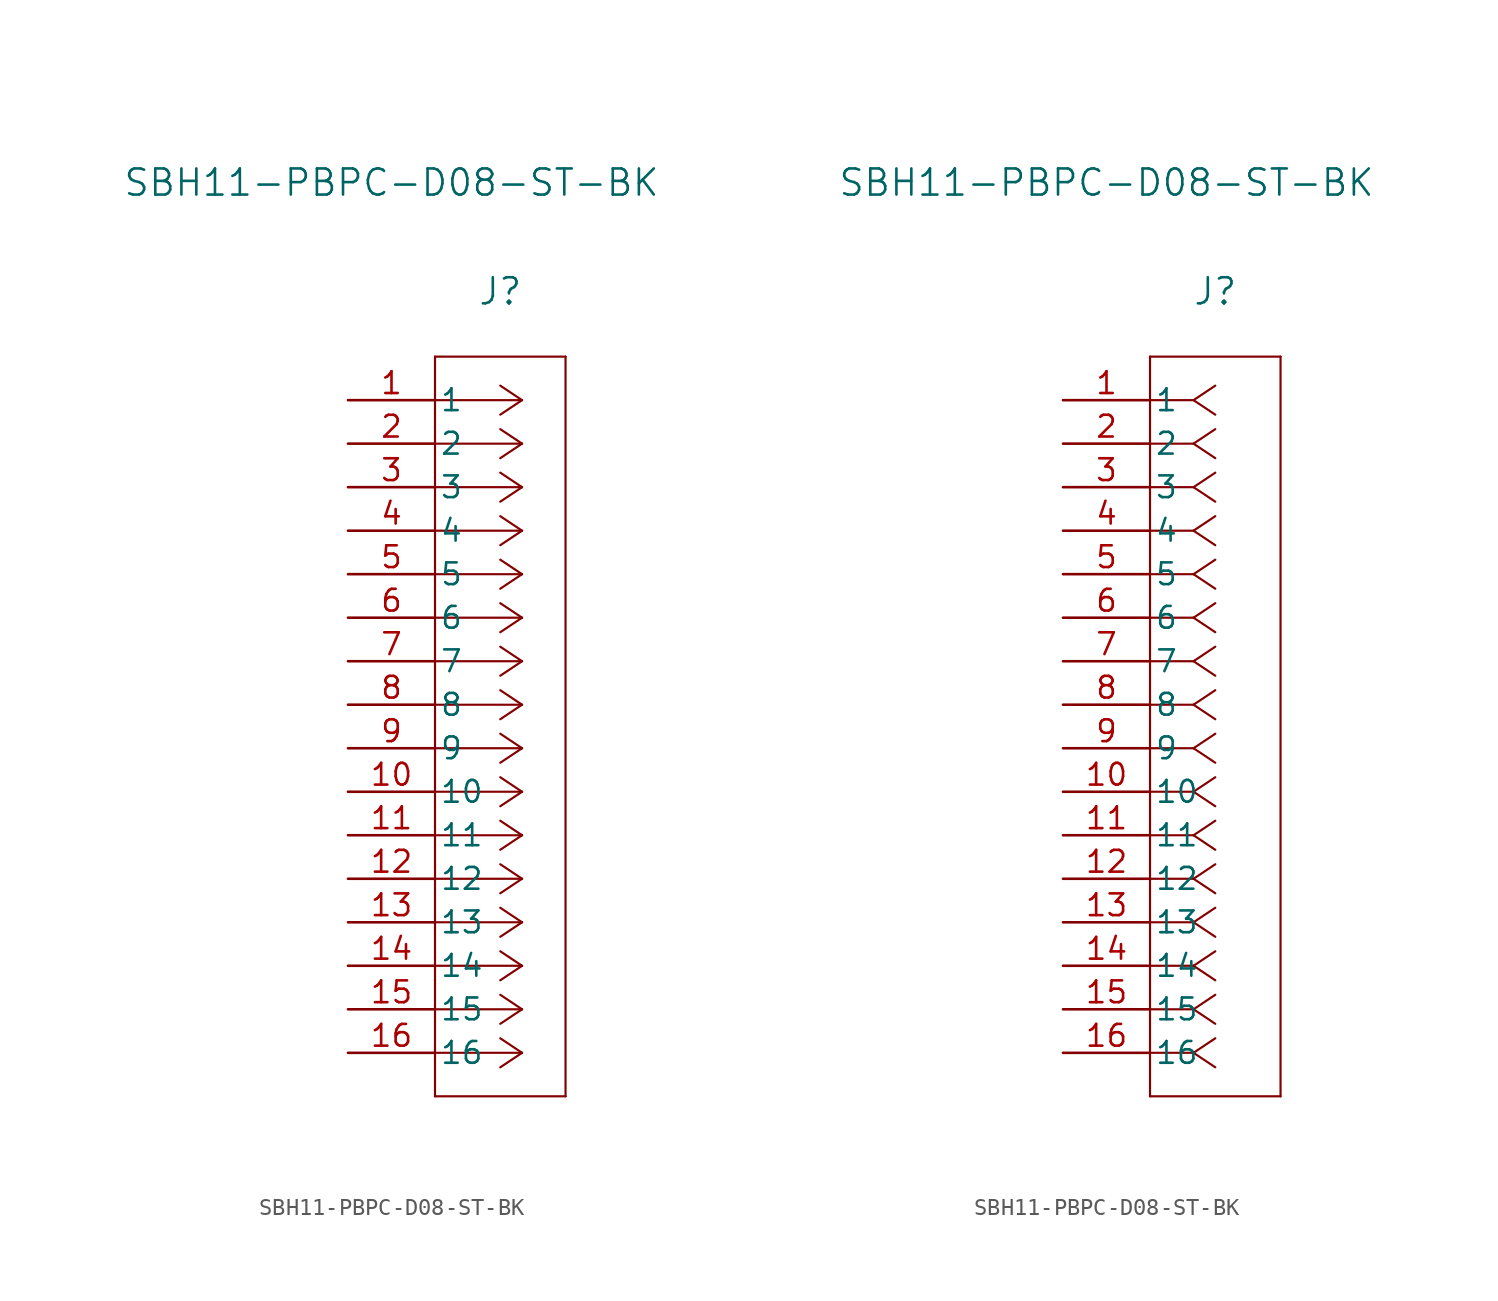
<source format=kicad_sym>
(kicad_symbol_lib
  (version 20220914)
  (generator kicad_symbol_editor)
  (symbol "SBH11-PBPC-D08-ST-BK"
    (pin_names
      (offset 0.254))
    (property "Reference" "J"
      (at 8.89 6.35 0)
      (effects (font (size 1.524 1.524))))
    (property "Value" "SBH11-PBPC-D08-ST-BK"
      (at 2.54 12.7 0)
      (effects (font (size 1.524 1.524))))
    (symbol "SBH11-PBPC-D08-ST-BK_1_1"
      (polyline (pts (xy 5.08 -40.64) (xy 12.7 -40.64)) (stroke (width 0.127) (type default)) (fill (type none)))
      (polyline (pts (xy 5.08 2.54) (xy 5.08 -40.64)) (stroke (width 0.127) (type default)) (fill (type none)))
      (polyline (pts (xy 10.16 -38.1) (xy 5.08 -38.1)) (stroke (width 0.127) (type default)) (fill (type none)))
      (polyline (pts (xy 10.16 -38.1) (xy 8.89 -38.947)) (stroke (width 0.127) (type default)) (fill (type none)))
      (polyline (pts (xy 10.16 -38.1) (xy 8.89 -37.253)) (stroke (width 0.127) (type default)) (fill (type none)))
      (polyline (pts (xy 10.16 -35.56) (xy 5.08 -35.56)) (stroke (width 0.127) (type default)) (fill (type none)))
      (polyline (pts (xy 10.16 -35.56) (xy 8.89 -36.407)) (stroke (width 0.127) (type default)) (fill (type none)))
      (polyline (pts (xy 10.16 -35.56) (xy 8.89 -34.713)) (stroke (width 0.127) (type default)) (fill (type none)))
      (polyline (pts (xy 10.16 -33.02) (xy 5.08 -33.02)) (stroke (width 0.127) (type default)) (fill (type none)))
      (polyline (pts (xy 10.16 -33.02) (xy 8.89 -33.867)) (stroke (width 0.127) (type default)) (fill (type none)))
      (polyline (pts (xy 10.16 -33.02) (xy 8.89 -32.173)) (stroke (width 0.127) (type default)) (fill (type none)))
      (polyline (pts (xy 10.16 -30.48) (xy 5.08 -30.48)) (stroke (width 0.127) (type default)) (fill (type none)))
      (polyline (pts (xy 10.16 -30.48) (xy 8.89 -31.327)) (stroke (width 0.127) (type default)) (fill (type none)))
      (polyline (pts (xy 10.16 -30.48) (xy 8.89 -29.633)) (stroke (width 0.127) (type default)) (fill (type none)))
      (polyline (pts (xy 10.16 -27.94) (xy 5.08 -27.94)) (stroke (width 0.127) (type default)) (fill (type none)))
      (polyline (pts (xy 10.16 -27.94) (xy 8.89 -28.787)) (stroke (width 0.127) (type default)) (fill (type none)))
      (polyline (pts (xy 10.16 -27.94) (xy 8.89 -27.093)) (stroke (width 0.127) (type default)) (fill (type none)))
      (polyline (pts (xy 10.16 -25.4) (xy 5.08 -25.4)) (stroke (width 0.127) (type default)) (fill (type none)))
      (polyline (pts (xy 10.16 -25.4) (xy 8.89 -26.247)) (stroke (width 0.127) (type default)) (fill (type none)))
      (polyline (pts (xy 10.16 -25.4) (xy 8.89 -24.553)) (stroke (width 0.127) (type default)) (fill (type none)))
      (polyline (pts (xy 10.16 -22.86) (xy 5.08 -22.86)) (stroke (width 0.127) (type default)) (fill (type none)))
      (polyline (pts (xy 10.16 -22.86) (xy 8.89 -23.707)) (stroke (width 0.127) (type default)) (fill (type none)))
      (polyline (pts (xy 10.16 -22.86) (xy 8.89 -22.013)) (stroke (width 0.127) (type default)) (fill (type none)))
      (polyline (pts (xy 10.16 -20.32) (xy 5.08 -20.32)) (stroke (width 0.127) (type default)) (fill (type none)))
      (polyline (pts (xy 10.16 -20.32) (xy 8.89 -21.167)) (stroke (width 0.127) (type default)) (fill (type none)))
      (polyline (pts (xy 10.16 -20.32) (xy 8.89 -19.473)) (stroke (width 0.127) (type default)) (fill (type none)))
      (polyline (pts (xy 10.16 -17.78) (xy 5.08 -17.78)) (stroke (width 0.127) (type default)) (fill (type none)))
      (polyline (pts (xy 10.16 -17.78) (xy 8.89 -18.627)) (stroke (width 0.127) (type default)) (fill (type none)))
      (polyline (pts (xy 10.16 -17.78) (xy 8.89 -16.933)) (stroke (width 0.127) (type default)) (fill (type none)))
      (polyline (pts (xy 10.16 -15.24) (xy 5.08 -15.24)) (stroke (width 0.127) (type default)) (fill (type none)))
      (polyline (pts (xy 10.16 -15.24) (xy 8.89 -16.087)) (stroke (width 0.127) (type default)) (fill (type none)))
      (polyline (pts (xy 10.16 -15.24) (xy 8.89 -14.393)) (stroke (width 0.127) (type default)) (fill (type none)))
      (polyline (pts (xy 10.16 -12.7) (xy 5.08 -12.7)) (stroke (width 0.127) (type default)) (fill (type none)))
      (polyline (pts (xy 10.16 -12.7) (xy 8.89 -13.547)) (stroke (width 0.127) (type default)) (fill (type none)))
      (polyline (pts (xy 10.16 -12.7) (xy 8.89 -11.853)) (stroke (width 0.127) (type default)) (fill (type none)))
      (polyline (pts (xy 10.16 -10.16) (xy 5.08 -10.16)) (stroke (width 0.127) (type default)) (fill (type none)))
      (polyline (pts (xy 10.16 -10.16) (xy 8.89 -11.007)) (stroke (width 0.127) (type default)) (fill (type none)))
      (polyline (pts (xy 10.16 -10.16) (xy 8.89 -9.313)) (stroke (width 0.127) (type default)) (fill (type none)))
      (polyline (pts (xy 10.16 -7.62) (xy 5.08 -7.62)) (stroke (width 0.127) (type default)) (fill (type none)))
      (polyline (pts (xy 10.16 -7.62) (xy 8.89 -8.467)) (stroke (width 0.127) (type default)) (fill (type none)))
      (polyline (pts (xy 10.16 -7.62) (xy 8.89 -6.773)) (stroke (width 0.127) (type default)) (fill (type none)))
      (polyline (pts (xy 10.16 -5.08) (xy 5.08 -5.08)) (stroke (width 0.127) (type default)) (fill (type none)))
      (polyline (pts (xy 10.16 -5.08) (xy 8.89 -5.927)) (stroke (width 0.127) (type default)) (fill (type none)))
      (polyline (pts (xy 10.16 -5.08) (xy 8.89 -4.233)) (stroke (width 0.127) (type default)) (fill (type none)))
      (polyline (pts (xy 10.16 -2.54) (xy 5.08 -2.54)) (stroke (width 0.127) (type default)) (fill (type none)))
      (polyline (pts (xy 10.16 -2.54) (xy 8.89 -3.387)) (stroke (width 0.127) (type default)) (fill (type none)))
      (polyline (pts (xy 10.16 -2.54) (xy 8.89 -1.693)) (stroke (width 0.127) (type default)) (fill (type none)))
      (polyline (pts (xy 10.16 0) (xy 5.08 0)) (stroke (width 0.127) (type default)) (fill (type none)))
      (polyline (pts (xy 10.16 0) (xy 8.89 -0.847)) (stroke (width 0.127) (type default)) (fill (type none)))
      (polyline (pts (xy 10.16 0) (xy 8.89 0.847)) (stroke (width 0.127) (type default)) (fill (type none)))
      (polyline (pts (xy 12.7 -40.64) (xy 12.7 2.54)) (stroke (width 0.127) (type default)) (fill (type none)))
      (polyline (pts (xy 12.7 2.54) (xy 5.08 2.54)) (stroke (width 0.127) (type default)) (fill (type none)))
      (pin unspecified line (at 0 0 0) (length 5.08) (name "1" (effects (font (size 1.27 1.27)))) (number "1" (effects (font (size 1.27 1.27)))))
      (pin unspecified line (at 0 -22.86 0) (length 5.08) (name "10" (effects (font (size 1.27 1.27)))) (number "10" (effects (font (size 1.27 1.27)))))
      (pin unspecified line (at 0 -25.4 0) (length 5.08) (name "11" (effects (font (size 1.27 1.27)))) (number "11" (effects (font (size 1.27 1.27)))))
      (pin unspecified line (at 0 -27.94 0) (length 5.08) (name "12" (effects (font (size 1.27 1.27)))) (number "12" (effects (font (size 1.27 1.27)))))
      (pin unspecified line (at 0 -30.48 0) (length 5.08) (name "13" (effects (font (size 1.27 1.27)))) (number "13" (effects (font (size 1.27 1.27)))))
      (pin unspecified line (at 0 -33.02 0) (length 5.08) (name "14" (effects (font (size 1.27 1.27)))) (number "14" (effects (font (size 1.27 1.27)))))
      (pin unspecified line (at 0 -35.56 0) (length 5.08) (name "15" (effects (font (size 1.27 1.27)))) (number "15" (effects (font (size 1.27 1.27)))))
      (pin unspecified line (at 0 -38.1 0) (length 5.08) (name "16" (effects (font (size 1.27 1.27)))) (number "16" (effects (font (size 1.27 1.27)))))
      (pin unspecified line (at 0 -2.54 0) (length 5.08) (name "2" (effects (font (size 1.27 1.27)))) (number "2" (effects (font (size 1.27 1.27)))))
      (pin unspecified line (at 0 -5.08 0) (length 5.08) (name "3" (effects (font (size 1.27 1.27)))) (number "3" (effects (font (size 1.27 1.27)))))
      (pin unspecified line (at 0 -7.62 0) (length 5.08) (name "4" (effects (font (size 1.27 1.27)))) (number "4" (effects (font (size 1.27 1.27)))))
      (pin unspecified line (at 0 -10.16 0) (length 5.08) (name "5" (effects (font (size 1.27 1.27)))) (number "5" (effects (font (size 1.27 1.27)))))
      (pin unspecified line (at 0 -12.7 0) (length 5.08) (name "6" (effects (font (size 1.27 1.27)))) (number "6" (effects (font (size 1.27 1.27)))))
      (pin unspecified line (at 0 -15.24 0) (length 5.08) (name "7" (effects (font (size 1.27 1.27)))) (number "7" (effects (font (size 1.27 1.27)))))
      (pin unspecified line (at 0 -17.78 0) (length 5.08) (name "8" (effects (font (size 1.27 1.27)))) (number "8" (effects (font (size 1.27 1.27)))))
      (pin unspecified line (at 0 -20.32 0) (length 5.08) (name "9" (effects (font (size 1.27 1.27)))) (number "9" (effects (font (size 1.27 1.27))))))
    (symbol "SBH11-PBPC-D08-ST-BK_1_2"
      (polyline (pts (xy 5.08 -40.64) (xy 12.7 -40.64)) (stroke (width 0.127) (type default)) (fill (type none)))
      (polyline (pts (xy 5.08 2.54) (xy 5.08 -40.64)) (stroke (width 0.127) (type default)) (fill (type none)))
      (polyline (pts (xy 7.62 -38.1) (xy 5.08 -38.1)) (stroke (width 0.127) (type default)) (fill (type none)))
      (polyline (pts (xy 7.62 -38.1) (xy 8.89 -38.947)) (stroke (width 0.127) (type default)) (fill (type none)))
      (polyline (pts (xy 7.62 -38.1) (xy 8.89 -37.253)) (stroke (width 0.127) (type default)) (fill (type none)))
      (polyline (pts (xy 7.62 -35.56) (xy 5.08 -35.56)) (stroke (width 0.127) (type default)) (fill (type none)))
      (polyline (pts (xy 7.62 -35.56) (xy 8.89 -36.407)) (stroke (width 0.127) (type default)) (fill (type none)))
      (polyline (pts (xy 7.62 -35.56) (xy 8.89 -34.713)) (stroke (width 0.127) (type default)) (fill (type none)))
      (polyline (pts (xy 7.62 -33.02) (xy 5.08 -33.02)) (stroke (width 0.127) (type default)) (fill (type none)))
      (polyline (pts (xy 7.62 -33.02) (xy 8.89 -33.867)) (stroke (width 0.127) (type default)) (fill (type none)))
      (polyline (pts (xy 7.62 -33.02) (xy 8.89 -32.173)) (stroke (width 0.127) (type default)) (fill (type none)))
      (polyline (pts (xy 7.62 -30.48) (xy 5.08 -30.48)) (stroke (width 0.127) (type default)) (fill (type none)))
      (polyline (pts (xy 7.62 -30.48) (xy 8.89 -31.327)) (stroke (width 0.127) (type default)) (fill (type none)))
      (polyline (pts (xy 7.62 -30.48) (xy 8.89 -29.633)) (stroke (width 0.127) (type default)) (fill (type none)))
      (polyline (pts (xy 7.62 -27.94) (xy 5.08 -27.94)) (stroke (width 0.127) (type default)) (fill (type none)))
      (polyline (pts (xy 7.62 -27.94) (xy 8.89 -28.787)) (stroke (width 0.127) (type default)) (fill (type none)))
      (polyline (pts (xy 7.62 -27.94) (xy 8.89 -27.093)) (stroke (width 0.127) (type default)) (fill (type none)))
      (polyline (pts (xy 7.62 -25.4) (xy 5.08 -25.4)) (stroke (width 0.127) (type default)) (fill (type none)))
      (polyline (pts (xy 7.62 -25.4) (xy 8.89 -26.247)) (stroke (width 0.127) (type default)) (fill (type none)))
      (polyline (pts (xy 7.62 -25.4) (xy 8.89 -24.553)) (stroke (width 0.127) (type default)) (fill (type none)))
      (polyline (pts (xy 7.62 -22.86) (xy 5.08 -22.86)) (stroke (width 0.127) (type default)) (fill (type none)))
      (polyline (pts (xy 7.62 -22.86) (xy 8.89 -23.707)) (stroke (width 0.127) (type default)) (fill (type none)))
      (polyline (pts (xy 7.62 -22.86) (xy 8.89 -22.013)) (stroke (width 0.127) (type default)) (fill (type none)))
      (polyline (pts (xy 7.62 -20.32) (xy 5.08 -20.32)) (stroke (width 0.127) (type default)) (fill (type none)))
      (polyline (pts (xy 7.62 -20.32) (xy 8.89 -21.167)) (stroke (width 0.127) (type default)) (fill (type none)))
      (polyline (pts (xy 7.62 -20.32) (xy 8.89 -19.473)) (stroke (width 0.127) (type default)) (fill (type none)))
      (polyline (pts (xy 7.62 -17.78) (xy 5.08 -17.78)) (stroke (width 0.127) (type default)) (fill (type none)))
      (polyline (pts (xy 7.62 -17.78) (xy 8.89 -18.627)) (stroke (width 0.127) (type default)) (fill (type none)))
      (polyline (pts (xy 7.62 -17.78) (xy 8.89 -16.933)) (stroke (width 0.127) (type default)) (fill (type none)))
      (polyline (pts (xy 7.62 -15.24) (xy 5.08 -15.24)) (stroke (width 0.127) (type default)) (fill (type none)))
      (polyline (pts (xy 7.62 -15.24) (xy 8.89 -16.087)) (stroke (width 0.127) (type default)) (fill (type none)))
      (polyline (pts (xy 7.62 -15.24) (xy 8.89 -14.393)) (stroke (width 0.127) (type default)) (fill (type none)))
      (polyline (pts (xy 7.62 -12.7) (xy 5.08 -12.7)) (stroke (width 0.127) (type default)) (fill (type none)))
      (polyline (pts (xy 7.62 -12.7) (xy 8.89 -13.547)) (stroke (width 0.127) (type default)) (fill (type none)))
      (polyline (pts (xy 7.62 -12.7) (xy 8.89 -11.853)) (stroke (width 0.127) (type default)) (fill (type none)))
      (polyline (pts (xy 7.62 -10.16) (xy 5.08 -10.16)) (stroke (width 0.127) (type default)) (fill (type none)))
      (polyline (pts (xy 7.62 -10.16) (xy 8.89 -11.007)) (stroke (width 0.127) (type default)) (fill (type none)))
      (polyline (pts (xy 7.62 -10.16) (xy 8.89 -9.313)) (stroke (width 0.127) (type default)) (fill (type none)))
      (polyline (pts (xy 7.62 -7.62) (xy 5.08 -7.62)) (stroke (width 0.127) (type default)) (fill (type none)))
      (polyline (pts (xy 7.62 -7.62) (xy 8.89 -8.467)) (stroke (width 0.127) (type default)) (fill (type none)))
      (polyline (pts (xy 7.62 -7.62) (xy 8.89 -6.773)) (stroke (width 0.127) (type default)) (fill (type none)))
      (polyline (pts (xy 7.62 -5.08) (xy 5.08 -5.08)) (stroke (width 0.127) (type default)) (fill (type none)))
      (polyline (pts (xy 7.62 -5.08) (xy 8.89 -5.927)) (stroke (width 0.127) (type default)) (fill (type none)))
      (polyline (pts (xy 7.62 -5.08) (xy 8.89 -4.233)) (stroke (width 0.127) (type default)) (fill (type none)))
      (polyline (pts (xy 7.62 -2.54) (xy 5.08 -2.54)) (stroke (width 0.127) (type default)) (fill (type none)))
      (polyline (pts (xy 7.62 -2.54) (xy 8.89 -3.387)) (stroke (width 0.127) (type default)) (fill (type none)))
      (polyline (pts (xy 7.62 -2.54) (xy 8.89 -1.693)) (stroke (width 0.127) (type default)) (fill (type none)))
      (polyline (pts (xy 7.62 0) (xy 5.08 0)) (stroke (width 0.127) (type default)) (fill (type none)))
      (polyline (pts (xy 7.62 0) (xy 8.89 -0.847)) (stroke (width 0.127) (type default)) (fill (type none)))
      (polyline (pts (xy 7.62 0) (xy 8.89 0.847)) (stroke (width 0.127) (type default)) (fill (type none)))
      (polyline (pts (xy 12.7 -40.64) (xy 12.7 2.54)) (stroke (width 0.127) (type default)) (fill (type none)))
      (polyline (pts (xy 12.7 2.54) (xy 5.08 2.54)) (stroke (width 0.127) (type default)) (fill (type none)))
      (pin unspecified line (at 0 0 0) (length 5.08) (name "1" (effects (font (size 1.27 1.27)))) (number "1" (effects (font (size 1.27 1.27)))))
      (pin unspecified line (at 0 -22.86 0) (length 5.08) (name "10" (effects (font (size 1.27 1.27)))) (number "10" (effects (font (size 1.27 1.27)))))
      (pin unspecified line (at 0 -25.4 0) (length 5.08) (name "11" (effects (font (size 1.27 1.27)))) (number "11" (effects (font (size 1.27 1.27)))))
      (pin unspecified line (at 0 -27.94 0) (length 5.08) (name "12" (effects (font (size 1.27 1.27)))) (number "12" (effects (font (size 1.27 1.27)))))
      (pin unspecified line (at 0 -30.48 0) (length 5.08) (name "13" (effects (font (size 1.27 1.27)))) (number "13" (effects (font (size 1.27 1.27)))))
      (pin unspecified line (at 0 -33.02 0) (length 5.08) (name "14" (effects (font (size 1.27 1.27)))) (number "14" (effects (font (size 1.27 1.27)))))
      (pin unspecified line (at 0 -35.56 0) (length 5.08) (name "15" (effects (font (size 1.27 1.27)))) (number "15" (effects (font (size 1.27 1.27)))))
      (pin unspecified line (at 0 -38.1 0) (length 5.08) (name "16" (effects (font (size 1.27 1.27)))) (number "16" (effects (font (size 1.27 1.27)))))
      (pin unspecified line (at 0 -2.54 0) (length 5.08) (name "2" (effects (font (size 1.27 1.27)))) (number "2" (effects (font (size 1.27 1.27)))))
      (pin unspecified line (at 0 -5.08 0) (length 5.08) (name "3" (effects (font (size 1.27 1.27)))) (number "3" (effects (font (size 1.27 1.27)))))
      (pin unspecified line (at 0 -7.62 0) (length 5.08) (name "4" (effects (font (size 1.27 1.27)))) (number "4" (effects (font (size 1.27 1.27)))))
      (pin unspecified line (at 0 -10.16 0) (length 5.08) (name "5" (effects (font (size 1.27 1.27)))) (number "5" (effects (font (size 1.27 1.27)))))
      (pin unspecified line (at 0 -12.7 0) (length 5.08) (name "6" (effects (font (size 1.27 1.27)))) (number "6" (effects (font (size 1.27 1.27)))))
      (pin unspecified line (at 0 -15.24 0) (length 5.08) (name "7" (effects (font (size 1.27 1.27)))) (number "7" (effects (font (size 1.27 1.27)))))
      (pin unspecified line (at 0 -17.78 0) (length 5.08) (name "8" (effects (font (size 1.27 1.27)))) (number "8" (effects (font (size 1.27 1.27)))))
      (pin unspecified line (at 0 -20.32 0) (length 5.08) (name "9" (effects (font (size 1.27 1.27)))) (number "9" (effects (font (size 1.27 1.27))))))))
</source>
